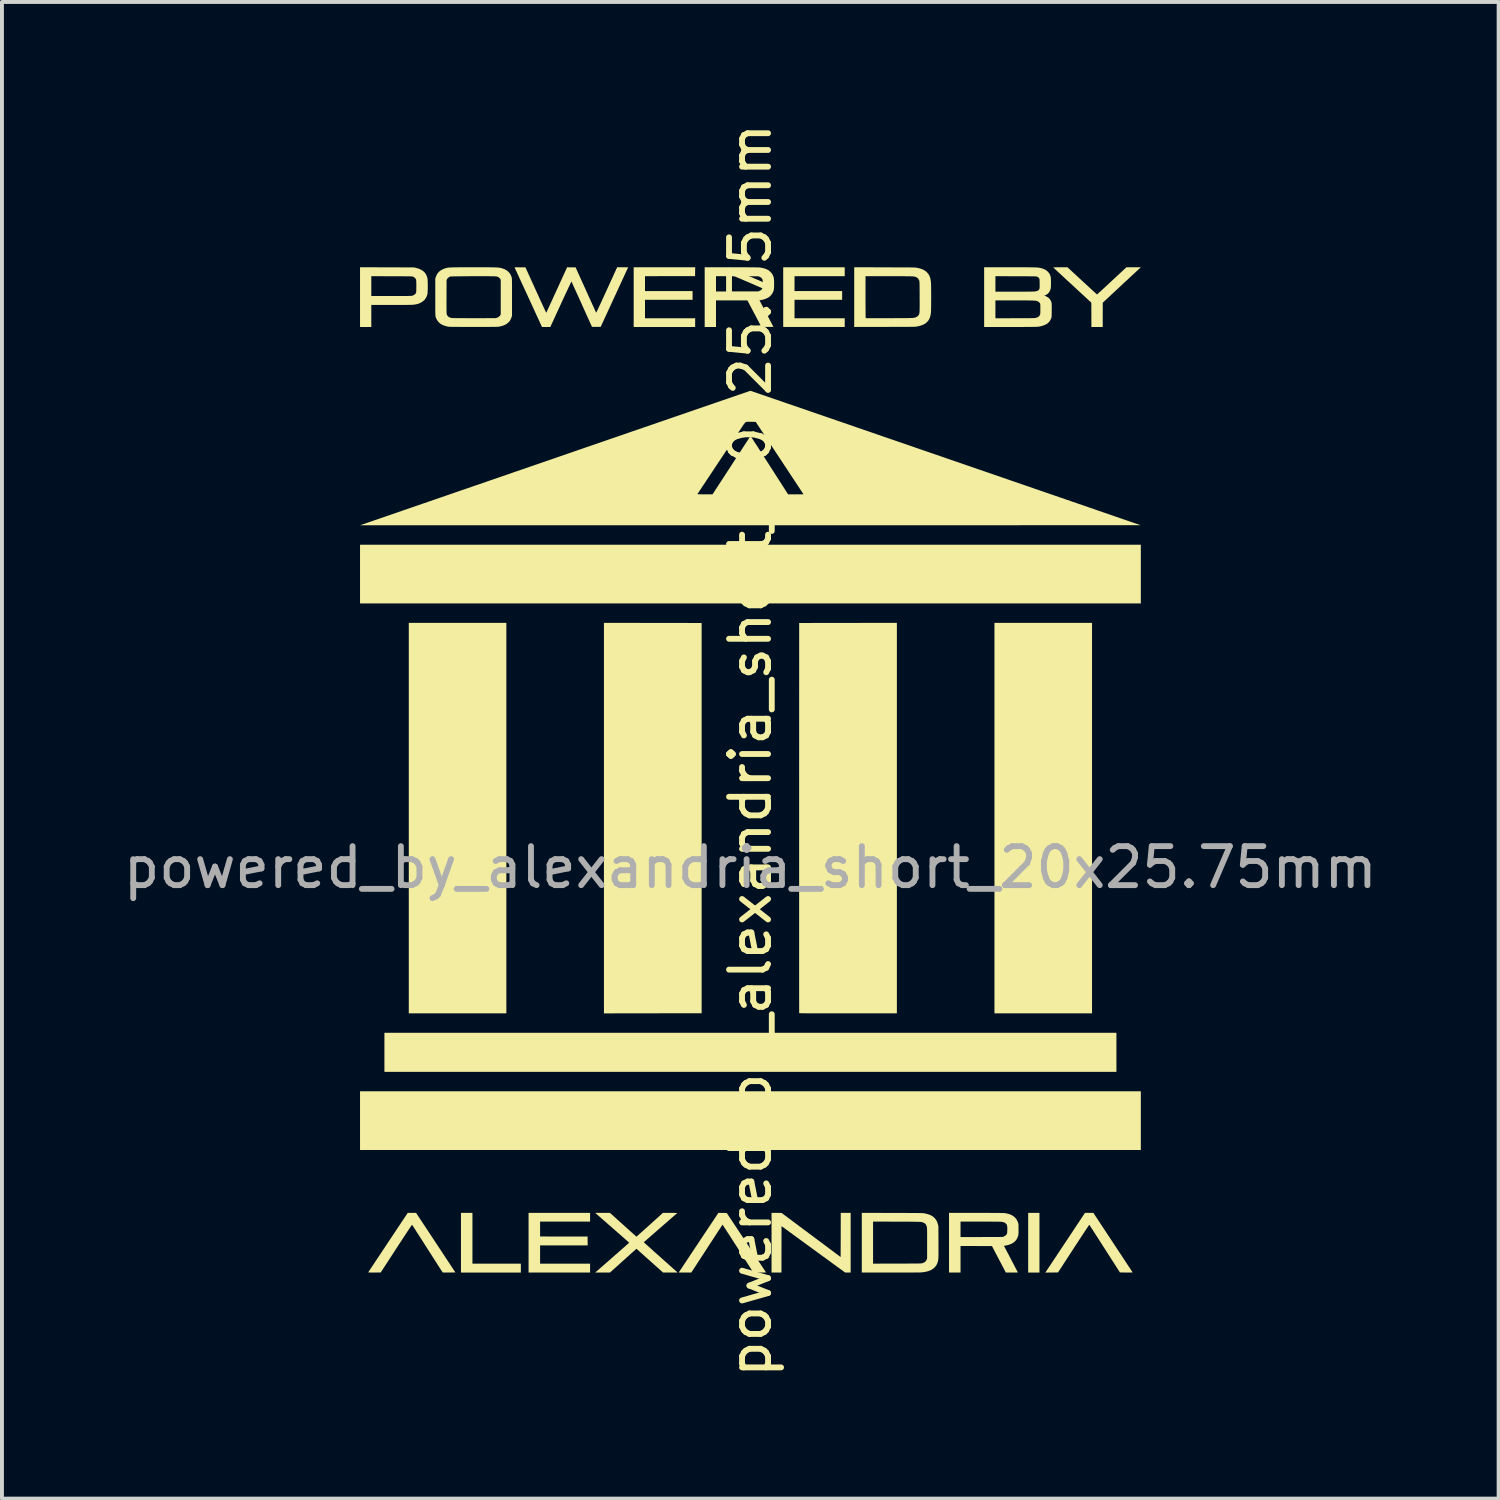
<source format=kicad_pcb>
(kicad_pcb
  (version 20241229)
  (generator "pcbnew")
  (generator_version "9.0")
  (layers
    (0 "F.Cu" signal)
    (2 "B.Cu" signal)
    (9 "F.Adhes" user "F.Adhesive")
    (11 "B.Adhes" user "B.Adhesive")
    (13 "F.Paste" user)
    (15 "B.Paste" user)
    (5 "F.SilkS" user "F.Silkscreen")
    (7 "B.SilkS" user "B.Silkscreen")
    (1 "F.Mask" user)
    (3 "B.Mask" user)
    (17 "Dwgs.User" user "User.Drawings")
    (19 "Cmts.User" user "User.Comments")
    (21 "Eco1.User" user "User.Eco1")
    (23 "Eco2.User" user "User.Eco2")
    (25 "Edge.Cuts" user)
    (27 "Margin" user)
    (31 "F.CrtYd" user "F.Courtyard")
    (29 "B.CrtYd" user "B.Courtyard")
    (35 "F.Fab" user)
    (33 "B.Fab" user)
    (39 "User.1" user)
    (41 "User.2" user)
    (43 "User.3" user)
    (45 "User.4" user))
  (footprint "powered_by_alexandria_short_20x25.75mm"
    (layer "F.Cu")
    (at 16.173 16.673)
    (property "Reference" "powered_by_alexandria_short_20x25.75mm" (at 0 -0.5 90) (unlocked yes) (layer "F.SilkS") (effects (font (size 1 1) (thickness 0.15))))
    (fp_poly (pts (xy -6.25 6.239) (xy -8.75 6.239) (xy -8.75 -3.765) (xy -6.25 -3.765)) (stroke (width 0) (type solid)) (fill yes) (layer "F.SilkS"))
    (fp_poly (pts (xy 7.408 12.88) (xy 7.119 12.88) (xy 7.119 11.351) (xy 7.408 11.351)) (stroke (width 0) (type solid)) (fill yes) (layer "F.SilkS"))
    (fp_poly (pts (xy 8.755 6.239) (xy 6.255 6.239) (xy 6.255 -3.765) (xy 8.755 -3.765)) (stroke (width 0) (type solid)) (fill yes) (layer "F.SilkS"))
    (fp_poly (pts (xy 9.38 7.738) (xy -9.374 7.738) (xy -9.374 6.737) (xy 9.38 6.737)) (stroke (width 0) (type solid)) (fill yes) (layer "F.SilkS"))
    (fp_poly (pts (xy 10.005 -4.263) (xy -9.999 -4.263) (xy -9.999 -5.767) (xy 10.005 -5.767)) (stroke (width 0) (type solid)) (fill yes) (layer "F.SilkS"))
    (fp_poly (pts (xy 10.005 9.74) (xy -9.999 9.74) (xy -9.999 8.236) (xy 10.005 8.236)) (stroke (width 0) (type solid)) (fill yes) (layer "F.SilkS"))
    (fp_poly (pts (xy -7.119 12.652) (xy -5.879 12.652) (xy -5.879 12.88) (xy -7.413 12.88) (xy -7.413 11.351) (xy -7.119 11.351)) (stroke (width 0) (type solid)) (fill yes) (layer "F.SilkS"))
    (fp_poly (pts (xy -2.499 -3.764) (xy -1.247 -3.762) (xy -1.247 6.237) (xy -2.499 6.238) (xy -3.75 6.24) (xy -3.75 -3.765)) (stroke (width 0) (type solid)) (fill yes) (layer "F.SilkS"))
    (fp_poly (pts (xy 2.419 -12.647) (xy 1.133 -12.647) (xy 1.133 -12.266) (xy 2.353 -12.266) (xy 2.353 -12.042) (xy 1.133 -12.042) (xy 1.133 -11.569) (xy 2.419 -11.569) (xy 2.419 -11.346) (xy 0.843 -11.346) (xy 0.843 -12.875) (xy 2.419 -12.875)) (stroke (width 0) (type solid)) (fill yes) (layer "F.SilkS"))
    (fp_poly (pts (xy -4.105 11.575) (xy -5.386 11.575) (xy -5.386 11.956) (xy -4.777 11.957) (xy -4.169 11.958) (xy -4.168 12.071) (xy -4.166 12.184) (xy -5.386 12.184) (xy -5.386 12.652) (xy -4.105 12.652) (xy -4.105 12.88) (xy -5.681 12.88) (xy -5.681 11.351) (xy -4.105 11.351)) (stroke (width 0) (type solid)) (fill yes) (layer "F.SilkS"))
    (fp_poly (pts (xy -1.414 -12.762) (xy -1.415 -12.649) (xy -2.057 -12.648) (xy -2.698 -12.647) (xy -2.698 -12.266) (xy -1.479 -12.266) (xy -1.479 -12.042) (xy -2.698 -12.042) (xy -2.698 -11.569) (xy -1.413 -11.569) (xy -1.413 -11.346) (xy -2.988 -11.346) (xy -2.988 -12.875) (xy -1.412 -12.875)) (stroke (width 0) (type solid)) (fill yes) (layer "F.SilkS"))
    (fp_poly (pts (xy 2.571 12.88) (xy 2.43 12.88) (xy 1.615 12.286) (xy 0.8 11.691) (xy 0.799 12.286) (xy 0.798 12.88) (xy 0.544 12.88) (xy 0.544 11.351) (xy 0.672 11.351) (xy 0.8 11.352) (xy 1.557 11.917) (xy 2.314 12.482) (xy 2.316 11.916) (xy 2.317 11.351) (xy 2.571 11.351)) (stroke (width 0) (type solid)) (fill yes) (layer "F.SilkS"))
    (fp_poly (pts (xy 3.755 6.239) (xy 2.505 6.239) (xy 2.367 6.239) (xy 2.239 6.239) (xy 2.121 6.239) (xy 2.011 6.239) (xy 1.911 6.239) (xy 1.819 6.239) (xy 1.736 6.239) (xy 1.66 6.239) (xy 1.592 6.239) (xy 1.531 6.238) (xy 1.477 6.238) (xy 1.43 6.238) (xy 1.389 6.237) (xy 1.355 6.237) (xy 1.326 6.237) (xy 1.302 6.236) (xy 1.283 6.236) (xy 1.269 6.235) (xy 1.259 6.234) (xy 1.254 6.234) (xy 1.252 6.233) (xy 1.252 6.228) (xy 1.252 6.213) (xy 1.252 6.188) (xy 1.252 6.153) (xy 1.252 6.109) (xy 1.252 6.056) (xy 1.252 5.995) (xy 1.252 5.924) (xy 1.251 5.845) (xy 1.251 5.758) (xy 1.251 5.663) (xy 1.251 5.561) (xy 1.251 5.45) (xy 1.251 5.333) (xy 1.251 5.208) (xy 1.251 5.076) (xy 1.251 4.938) (xy 1.251 4.793) (xy 1.251 4.642) (xy 1.251 4.485) (xy 1.251 4.322) (xy 1.251 4.153) (xy 1.251 3.979) (xy 1.251 3.8) (xy 1.251 3.616) (xy 1.251 3.428) (xy 1.251 3.234) (xy 1.251 3.037) (xy 1.251 2.835) (xy 1.251 2.63) (xy 1.251 2.42) (xy 1.251 2.208) (xy 1.251 1.992) (xy 1.251 1.773) (xy 1.251 1.552) (xy 1.251 1.328) (xy 1.251 1.232) (xy 1.252 -3.762) (xy 2.504 -3.764) (xy 3.755 -3.765)) (stroke (width 0) (type solid)) (fill yes) (layer "F.SilkS"))
    (fp_poly (pts (xy 8.503 -12.527) (xy 8.555 -12.479) (xy 8.606 -12.433) (xy 8.653 -12.389) (xy 8.698 -12.348) (xy 8.739 -12.31) (xy 8.776 -12.276) (xy 8.808 -12.247) (xy 8.835 -12.222) (xy 8.857 -12.202) (xy 8.872 -12.188) (xy 8.881 -12.181) (xy 8.883 -12.179) (xy 8.887 -12.183) (xy 8.898 -12.192) (xy 8.915 -12.208) (xy 8.939 -12.23) (xy 8.968 -12.256) (xy 9.002 -12.287) (xy 9.04 -12.322) (xy 9.082 -12.361) (xy 9.128 -12.403) (xy 9.176 -12.448) (xy 9.227 -12.495) (xy 9.261 -12.527) (xy 9.636 -12.875) (xy 9.821 -12.875) (xy 10.006 -12.875) (xy 9.982 -12.854) (xy 9.975 -12.848) (xy 9.962 -12.835) (xy 9.942 -12.816) (xy 9.915 -12.792) (xy 9.884 -12.763) (xy 9.847 -12.728) (xy 9.806 -12.69) (xy 9.76 -12.648) (xy 9.711 -12.602) (xy 9.659 -12.554) (xy 9.604 -12.503) (xy 9.547 -12.45) (xy 9.494 -12.4) (xy 9.03 -11.968) (xy 9.029 -11.657) (xy 9.029 -11.346) (xy 8.739 -11.346) (xy 8.737 -11.968) (xy 8.251 -12.418) (xy 8.191 -12.473) (xy 8.133 -12.526) (xy 8.078 -12.577) (xy 8.026 -12.626) (xy 7.977 -12.671) (xy 7.932 -12.713) (xy 7.891 -12.75) (xy 7.855 -12.784) (xy 7.824 -12.812) (xy 7.799 -12.836) (xy 7.78 -12.854) (xy 7.767 -12.866) (xy 7.761 -12.871) (xy 7.761 -12.871) (xy 7.765 -12.872) (xy 7.778 -12.873) (xy 7.799 -12.874) (xy 7.827 -12.874) (xy 7.861 -12.875) (xy 7.899 -12.875) (xy 7.941 -12.875) (xy 8.127 -12.875)) (stroke (width 0) (type solid)) (fill yes) (layer "F.SilkS"))
    (fp_poly (pts (xy 9.291 12.111) (xy 9.344 12.191) (xy 9.395 12.269) (xy 9.444 12.343) (xy 9.492 12.415) (xy 9.536 12.483) (xy 9.579 12.547) (xy 9.618 12.607) (xy 9.654 12.662) (xy 9.687 12.711) (xy 9.716 12.755) (xy 9.741 12.793) (xy 9.761 12.824) (xy 9.777 12.849) (xy 9.789 12.866) (xy 9.794 12.875) (xy 9.795 12.876) (xy 9.791 12.877) (xy 9.777 12.878) (xy 9.756 12.879) (xy 9.728 12.879) (xy 9.695 12.879) (xy 9.658 12.879) (xy 9.633 12.879) (xy 9.47 12.878) (xy 9.08 12.269) (xy 9.034 12.198) (xy 8.99 12.128) (xy 8.947 12.062) (xy 8.907 11.999) (xy 8.869 11.94) (xy 8.833 11.885) (xy 8.801 11.834) (xy 8.772 11.789) (xy 8.746 11.75) (xy 8.725 11.717) (xy 8.708 11.69) (xy 8.696 11.671) (xy 8.688 11.659) (xy 8.686 11.656) (xy 8.682 11.66) (xy 8.674 11.671) (xy 8.66 11.691) (xy 8.642 11.718) (xy 8.619 11.752) (xy 8.591 11.793) (xy 8.56 11.84) (xy 8.525 11.894) (xy 8.486 11.952) (xy 8.444 12.017) (xy 8.399 12.086) (xy 8.351 12.159) (xy 8.3 12.237) (xy 8.282 12.265) (xy 7.883 12.878) (xy 7.721 12.879) (xy 7.559 12.881) (xy 7.568 12.866) (xy 7.572 12.861) (xy 7.581 12.847) (xy 7.595 12.826) (xy 7.614 12.797) (xy 7.637 12.762) (xy 7.665 12.721) (xy 7.696 12.674) (xy 7.731 12.621) (xy 7.769 12.563) (xy 7.811 12.501) (xy 7.855 12.435) (xy 7.901 12.365) (xy 7.95 12.291) (xy 8 12.215) (xy 8.052 12.137) (xy 8.076 12.102) (xy 8.574 11.351) (xy 8.681 11.351) (xy 8.789 11.351)) (stroke (width 0) (type solid)) (fill yes) (layer "F.SilkS"))
    (fp_poly (pts (xy -8.059 12.114) (xy -7.555 12.878) (xy -7.716 12.879) (xy -7.763 12.879) (xy -7.801 12.88) (xy -7.831 12.879) (xy -7.853 12.879) (xy -7.869 12.878) (xy -7.878 12.876) (xy -7.883 12.874) (xy -7.884 12.874) (xy -7.887 12.869) (xy -7.895 12.856) (xy -7.909 12.835) (xy -7.927 12.808) (xy -7.949 12.773) (xy -7.975 12.733) (xy -8.005 12.687) (xy -8.037 12.636) (xy -8.073 12.58) (xy -8.112 12.52) (xy -8.152 12.456) (xy -8.195 12.389) (xy -8.24 12.32) (xy -8.274 12.266) (xy -8.32 12.194) (xy -8.364 12.125) (xy -8.406 12.059) (xy -8.446 11.997) (xy -8.484 11.938) (xy -8.519 11.883) (xy -8.552 11.833) (xy -8.58 11.788) (xy -8.605 11.749) (xy -8.626 11.716) (xy -8.643 11.69) (xy -8.656 11.672) (xy -8.663 11.66) (xy -8.665 11.657) (xy -8.667 11.659) (xy -8.672 11.664) (xy -8.68 11.674) (xy -8.691 11.689) (xy -8.705 11.71) (xy -8.723 11.736) (xy -8.744 11.768) (xy -8.769 11.806) (xy -8.799 11.85) (xy -8.833 11.902) (xy -8.871 11.96) (xy -8.914 12.026) (xy -8.962 12.099) (xy -9.015 12.18) (xy -9.07 12.265) (xy -9.469 12.878) (xy -9.63 12.879) (xy -9.67 12.879) (xy -9.705 12.879) (xy -9.736 12.879) (xy -9.761 12.878) (xy -9.779 12.878) (xy -9.789 12.877) (xy -9.79 12.876) (xy -9.787 12.872) (xy -9.779 12.859) (xy -9.766 12.839) (xy -9.748 12.811) (xy -9.725 12.777) (xy -9.698 12.736) (xy -9.667 12.69) (xy -9.633 12.638) (xy -9.595 12.581) (xy -9.554 12.519) (xy -9.51 12.454) (xy -9.464 12.384) (xy -9.416 12.311) (xy -9.365 12.235) (xy -9.313 12.157) (xy -9.283 12.111) (xy -8.777 11.351) (xy -8.67 11.351) (xy -8.563 11.351)) (stroke (width 0) (type solid)) (fill yes) (layer "F.SilkS"))
    (fp_poly (pts (xy -0.711 11.352) (xy -0.603 11.354) (xy -0.101 12.113) (xy -0.048 12.193) (xy 0.003 12.27) (xy 0.052 12.345) (xy 0.099 12.416) (xy 0.144 12.484) (xy 0.186 12.548) (xy 0.225 12.608) (xy 0.261 12.663) (xy 0.294 12.712) (xy 0.323 12.756) (xy 0.348 12.794) (xy 0.368 12.825) (xy 0.384 12.849) (xy 0.395 12.866) (xy 0.4 12.875) (xy 0.401 12.877) (xy 0.396 12.877) (xy 0.383 12.878) (xy 0.361 12.879) (xy 0.333 12.88) (xy 0.3 12.88) (xy 0.262 12.88) (xy 0.24 12.88) (xy 0.078 12.88) (xy -0.315 12.266) (xy -0.361 12.194) (xy -0.406 12.125) (xy -0.449 12.058) (xy -0.489 11.995) (xy -0.527 11.936) (xy -0.563 11.881) (xy -0.595 11.831) (xy -0.624 11.786) (xy -0.65 11.747) (xy -0.671 11.714) (xy -0.689 11.687) (xy -0.701 11.668) (xy -0.709 11.657) (xy -0.712 11.654) (xy -0.715 11.658) (xy -0.723 11.67) (xy -0.736 11.69) (xy -0.754 11.717) (xy -0.776 11.751) (xy -0.802 11.791) (xy -0.832 11.836) (xy -0.865 11.887) (xy -0.901 11.942) (xy -0.94 12.002) (xy -0.981 12.065) (xy -1.025 12.132) (xy -1.07 12.201) (xy -1.113 12.268) (xy -1.512 12.88) (xy -1.673 12.88) (xy -1.72 12.88) (xy -1.756 12.88) (xy -1.785 12.88) (xy -1.806 12.879) (xy -1.82 12.878) (xy -1.828 12.877) (xy -1.831 12.875) (xy -1.831 12.874) (xy -1.828 12.869) (xy -1.819 12.856) (xy -1.806 12.836) (xy -1.787 12.808) (xy -1.764 12.774) (xy -1.737 12.733) (xy -1.706 12.686) (xy -1.672 12.634) (xy -1.634 12.577) (xy -1.593 12.516) (xy -1.549 12.45) (xy -1.503 12.38) (xy -1.454 12.307) (xy -1.404 12.231) (xy -1.351 12.153) (xy -1.323 12.109) (xy -0.818 11.351)) (stroke (width 0) (type solid)) (fill yes) (layer "F.SilkS"))
    (fp_poly (pts (xy -0.372 -12.875) (xy -0.266 -12.875) (xy -0.171 -12.875) (xy -0.084 -12.875) (xy -0.008 -12.874) (xy 0.058 -12.874) (xy 0.115 -12.873) (xy 0.161 -12.873) (xy 0.197 -12.872) (xy 0.224 -12.871) (xy 0.24 -12.87) (xy 0.242 -12.87) (xy 0.303 -12.86) (xy 0.36 -12.846) (xy 0.412 -12.828) (xy 0.432 -12.818) (xy 0.472 -12.795) (xy 0.509 -12.764) (xy 0.542 -12.729) (xy 0.568 -12.692) (xy 0.575 -12.677) (xy 0.586 -12.654) (xy 0.594 -12.632) (xy 0.6 -12.609) (xy 0.604 -12.585) (xy 0.607 -12.556) (xy 0.609 -12.522) (xy 0.61 -12.48) (xy 0.61 -12.451) (xy 0.609 -12.404) (xy 0.608 -12.365) (xy 0.606 -12.333) (xy 0.603 -12.306) (xy 0.598 -12.283) (xy 0.591 -12.261) (xy 0.582 -12.239) (xy 0.576 -12.227) (xy 0.55 -12.183) (xy 0.517 -12.144) (xy 0.477 -12.11) (xy 0.429 -12.083) (xy 0.372 -12.06) (xy 0.308 -12.042) (xy 0.261 -12.034) (xy 0.235 -12.029) (xy 0.414 -11.689) (xy 0.593 -11.348) (xy 0.44 -11.347) (xy 0.396 -11.347) (xy 0.361 -11.347) (xy 0.334 -11.347) (xy 0.313 -11.347) (xy 0.299 -11.348) (xy 0.29 -11.349) (xy 0.284 -11.351) (xy 0.282 -11.353) (xy 0.281 -11.353) (xy 0.278 -11.359) (xy 0.271 -11.373) (xy 0.259 -11.394) (xy 0.244 -11.423) (xy 0.226 -11.457) (xy 0.205 -11.497) (xy 0.181 -11.541) (xy 0.156 -11.59) (xy 0.129 -11.642) (xy 0.101 -11.694) (xy -0.074 -12.027) (xy -0.476 -12.027) (xy -0.879 -12.027) (xy -0.879 -11.346) (xy -1.169 -11.346) (xy -1.169 -12.255) (xy -0.879 -12.255) (xy -0.337 -12.257) (xy 0.206 -12.258) (xy 0.233 -12.269) (xy 0.265 -12.285) (xy 0.288 -12.304) (xy 0.305 -12.328) (xy 0.308 -12.334) (xy 0.312 -12.344) (xy 0.316 -12.353) (xy 0.318 -12.365) (xy 0.319 -12.379) (xy 0.32 -12.399) (xy 0.32 -12.426) (xy 0.32 -12.448) (xy 0.32 -12.482) (xy 0.319 -12.512) (xy 0.317 -12.536) (xy 0.315 -12.552) (xy 0.314 -12.556) (xy 0.301 -12.583) (xy 0.279 -12.607) (xy 0.25 -12.626) (xy 0.243 -12.629) (xy 0.211 -12.644) (xy -0.879 -12.647) (xy -0.879 -12.255) (xy -1.169 -12.255) (xy -1.169 -12.875) (xy -0.488 -12.875)) (stroke (width 0) (type solid)) (fill yes) (layer "F.SilkS"))
    (fp_poly (pts (xy -9.31 -12.874) (xy -8.62 -12.872) (xy -8.569 -12.861) (xy -8.503 -12.842) (xy -8.445 -12.818) (xy -8.395 -12.788) (xy -8.353 -12.753) (xy -8.32 -12.711) (xy -8.294 -12.664) (xy -8.276 -12.61) (xy -8.274 -12.602) (xy -8.271 -12.583) (xy -8.268 -12.556) (xy -8.266 -12.522) (xy -8.265 -12.483) (xy -8.264 -12.44) (xy -8.263 -12.395) (xy -8.264 -12.351) (xy -8.264 -12.308) (xy -8.266 -12.268) (xy -8.268 -12.233) (xy -8.27 -12.205) (xy -8.273 -12.185) (xy -8.273 -12.184) (xy -8.291 -12.13) (xy -8.316 -12.081) (xy -8.35 -12.037) (xy -8.392 -12) (xy -8.441 -11.969) (xy -8.497 -11.944) (xy -8.526 -11.935) (xy -8.541 -11.932) (xy -8.555 -11.928) (xy -8.569 -11.925) (xy -8.584 -11.922) (xy -8.601 -11.92) (xy -8.62 -11.918) (xy -8.641 -11.916) (xy -8.665 -11.914) (xy -8.694 -11.913) (xy -8.727 -11.912) (xy -8.766 -11.912) (xy -8.81 -11.911) (xy -8.862 -11.911) (xy -8.92 -11.91) (xy -8.986 -11.91) (xy -9.061 -11.91) (xy -9.145 -11.91) (xy -9.194 -11.91) (xy -9.71 -11.91) (xy -9.71 -11.346) (xy -9.999 -11.346) (xy -9.999 -12.139) (xy -9.71 -12.139) (xy -9.205 -12.139) (xy -9.111 -12.139) (xy -9.027 -12.139) (xy -8.952 -12.139) (xy -8.887 -12.139) (xy -8.831 -12.14) (xy -8.784 -12.14) (xy -8.746 -12.141) (xy -8.715 -12.142) (xy -8.693 -12.142) (xy -8.678 -12.143) (xy -8.672 -12.144) (xy -8.635 -12.156) (xy -8.604 -12.174) (xy -8.58 -12.196) (xy -8.564 -12.223) (xy -8.562 -12.23) (xy -8.56 -12.241) (xy -8.559 -12.26) (xy -8.558 -12.287) (xy -8.557 -12.319) (xy -8.557 -12.354) (xy -8.556 -12.391) (xy -8.556 -12.428) (xy -8.557 -12.463) (xy -8.558 -12.496) (xy -8.559 -12.523) (xy -8.56 -12.544) (xy -8.562 -12.557) (xy -8.562 -12.558) (xy -8.571 -12.577) (xy -8.588 -12.597) (xy -8.608 -12.616) (xy -8.631 -12.63) (xy -8.641 -12.634) (xy -8.645 -12.636) (xy -8.65 -12.637) (xy -8.656 -12.639) (xy -8.664 -12.64) (xy -8.675 -12.641) (xy -8.688 -12.641) (xy -8.706 -12.642) (xy -8.727 -12.643) (xy -8.753 -12.643) (xy -8.785 -12.644) (xy -8.823 -12.644) (xy -8.868 -12.644) (xy -8.92 -12.645) (xy -8.979 -12.645) (xy -9.048 -12.645) (xy -9.125 -12.645) (xy -9.188 -12.645) (xy -9.71 -12.647) (xy -9.71 -12.139) (xy -9.999 -12.139) (xy -9.999 -12.876)) (stroke (width 0) (type solid)) (fill yes) (layer "F.SilkS"))
    (fp_poly (pts (xy 5.892 11.351) (xy 5.994 11.351) (xy 6.087 11.351) (xy 6.172 11.352) (xy 6.248 11.352) (xy 6.314 11.352) (xy 6.372 11.353) (xy 6.42 11.354) (xy 6.459 11.354) (xy 6.488 11.355) (xy 6.507 11.356) (xy 6.514 11.356) (xy 6.585 11.369) (xy 6.649 11.388) (xy 6.705 11.413) (xy 6.753 11.445) (xy 6.793 11.483) (xy 6.826 11.528) (xy 6.851 11.579) (xy 6.858 11.597) (xy 6.862 11.61) (xy 6.865 11.621) (xy 6.868 11.632) (xy 6.87 11.645) (xy 6.871 11.661) (xy 6.871 11.682) (xy 6.872 11.708) (xy 6.872 11.743) (xy 6.872 11.77) (xy 6.872 11.813) (xy 6.872 11.846) (xy 6.871 11.873) (xy 6.87 11.893) (xy 6.868 11.91) (xy 6.866 11.923) (xy 6.863 11.935) (xy 6.863 11.935) (xy 6.844 11.99) (xy 6.817 12.038) (xy 6.782 12.079) (xy 6.739 12.115) (xy 6.689 12.144) (xy 6.63 12.167) (xy 6.563 12.184) (xy 6.536 12.189) (xy 6.499 12.195) (xy 6.512 12.222) (xy 6.517 12.23) (xy 6.526 12.248) (xy 6.538 12.272) (xy 6.555 12.303) (xy 6.574 12.34) (xy 6.596 12.381) (xy 6.62 12.427) (xy 6.645 12.476) (xy 6.673 12.528) (xy 6.687 12.556) (xy 6.715 12.608) (xy 6.741 12.658) (xy 6.765 12.704) (xy 6.787 12.746) (xy 6.806 12.784) (xy 6.823 12.815) (xy 6.836 12.841) (xy 6.846 12.859) (xy 6.851 12.87) (xy 6.852 12.873) (xy 6.852 12.875) (xy 6.85 12.877) (xy 6.843 12.878) (xy 6.832 12.879) (xy 6.815 12.88) (xy 6.791 12.88) (xy 6.76 12.88) (xy 6.72 12.88) (xy 6.701 12.88) (xy 6.547 12.88) (xy 6.369 12.541) (xy 6.191 12.202) (xy 5.386 12.199) (xy 5.386 12.88) (xy 5.091 12.88) (xy 5.091 11.971) (xy 5.386 11.971) (xy 5.926 11.97) (xy 6.466 11.968) (xy 6.495 11.956) (xy 6.53 11.938) (xy 6.557 11.914) (xy 6.571 11.893) (xy 6.575 11.883) (xy 6.578 11.873) (xy 6.581 11.86) (xy 6.582 11.842) (xy 6.583 11.818) (xy 6.584 11.791) (xy 6.585 11.753) (xy 6.584 11.72) (xy 6.582 11.696) (xy 6.58 11.683) (xy 6.569 11.651) (xy 6.549 11.625) (xy 6.522 11.605) (xy 6.487 11.59) (xy 6.443 11.581) (xy 6.435 11.58) (xy 6.422 11.579) (xy 6.399 11.578) (xy 6.367 11.577) (xy 6.326 11.577) (xy 6.277 11.576) (xy 6.22 11.576) (xy 6.155 11.575) (xy 6.084 11.575) (xy 6.005 11.575) (xy 5.921 11.575) (xy 5.888 11.575) (xy 5.386 11.575) (xy 5.386 11.971) (xy 5.091 11.971) (xy 5.091 11.351) (xy 5.781 11.351)) (stroke (width 0) (type solid)) (fill yes) (layer "F.SilkS"))
    (fp_poly (pts (xy 3.637 11.352) (xy 3.742 11.353) (xy 3.837 11.353) (xy 3.923 11.353) (xy 4 11.353) (xy 4.07 11.354) (xy 4.131 11.354) (xy 4.186 11.354) (xy 4.233 11.355) (xy 4.275 11.355) (xy 4.311 11.355) (xy 4.341 11.356) (xy 4.367 11.356) (xy 4.389 11.357) (xy 4.407 11.358) (xy 4.422 11.358) (xy 4.434 11.359) (xy 4.443 11.36) (xy 4.451 11.361) (xy 4.458 11.362) (xy 4.461 11.363) (xy 4.508 11.373) (xy 4.547 11.384) (xy 4.582 11.395) (xy 4.615 11.409) (xy 4.628 11.415) (xy 4.655 11.429) (xy 4.676 11.443) (xy 4.697 11.46) (xy 4.715 11.477) (xy 4.745 11.511) (xy 4.769 11.547) (xy 4.788 11.587) (xy 4.804 11.634) (xy 4.806 11.639) (xy 4.819 11.689) (xy 4.821 12.095) (xy 4.821 12.171) (xy 4.821 12.236) (xy 4.821 12.293) (xy 4.821 12.342) (xy 4.821 12.384) (xy 4.821 12.42) (xy 4.821 12.449) (xy 4.82 12.474) (xy 4.819 12.494) (xy 4.819 12.511) (xy 4.817 12.525) (xy 4.816 12.537) (xy 4.815 12.548) (xy 4.814 12.553) (xy 4.803 12.606) (xy 4.787 12.652) (xy 4.767 12.692) (xy 4.741 12.728) (xy 4.713 12.758) (xy 4.674 12.789) (xy 4.629 12.816) (xy 4.577 12.838) (xy 4.518 12.855) (xy 4.451 12.868) (xy 4.391 12.875) (xy 4.378 12.876) (xy 4.355 12.877) (xy 4.323 12.877) (xy 4.281 12.878) (xy 4.231 12.878) (xy 4.172 12.879) (xy 4.105 12.879) (xy 4.03 12.88) (xy 3.947 12.88) (xy 3.856 12.88) (xy 3.759 12.88) (xy 3.655 12.88) (xy 3.597 12.88) (xy 2.856 12.88) (xy 2.856 12.652) (xy 3.145 12.652) (xy 3.761 12.65) (xy 3.854 12.65) (xy 3.936 12.65) (xy 4.01 12.65) (xy 4.075 12.649) (xy 4.133 12.649) (xy 4.182 12.649) (xy 4.226 12.649) (xy 4.262 12.648) (xy 4.293 12.648) (xy 4.319 12.647) (xy 4.341 12.647) (xy 4.358 12.646) (xy 4.372 12.645) (xy 4.383 12.644) (xy 4.392 12.643) (xy 4.399 12.642) (xy 4.404 12.641) (xy 4.408 12.64) (xy 4.445 12.626) (xy 4.473 12.609) (xy 4.495 12.588) (xy 4.512 12.56) (xy 4.518 12.546) (xy 4.53 12.517) (xy 4.53 12.123) (xy 4.53 12.051) (xy 4.53 11.988) (xy 4.53 11.933) (xy 4.53 11.887) (xy 4.529 11.848) (xy 4.529 11.815) (xy 4.529 11.788) (xy 4.528 11.767) (xy 4.527 11.749) (xy 4.526 11.735) (xy 4.525 11.724) (xy 4.524 11.716) (xy 4.523 11.708) (xy 4.521 11.702) (xy 4.519 11.695) (xy 4.518 11.694) (xy 4.505 11.662) (xy 4.488 11.636) (xy 4.464 11.616) (xy 4.433 11.6) (xy 4.394 11.588) (xy 4.387 11.586) (xy 4.381 11.585) (xy 4.374 11.584) (xy 4.365 11.583) (xy 4.353 11.582) (xy 4.338 11.581) (xy 4.32 11.58) (xy 4.298 11.58) (xy 4.271 11.579) (xy 4.239 11.579) (xy 4.201 11.578) (xy 4.157 11.578) (xy 4.106 11.577) (xy 4.047 11.577) (xy 3.98 11.577) (xy 3.905 11.576) (xy 3.821 11.576) (xy 3.749 11.576) (xy 3.145 11.574) (xy 3.145 12.652) (xy 2.856 12.652) (xy 2.856 11.351)) (stroke (width 0) (type solid)) (fill yes) (layer "F.SilkS"))
    (fp_poly (pts (xy -4.584 -12.874) (xy -4.476 -12.873) (xy -4.214 -12.294) (xy -4.181 -12.221) (xy -4.15 -12.151) (xy -4.119 -12.084) (xy -4.091 -12.021) (xy -4.064 -11.962) (xy -4.04 -11.908) (xy -4.017 -11.859) (xy -3.998 -11.817) (xy -3.981 -11.78) (xy -3.968 -11.751) (xy -3.958 -11.729) (xy -3.951 -11.716) (xy -3.949 -11.711) (xy -3.946 -11.715) (xy -3.94 -11.728) (xy -3.93 -11.749) (xy -3.916 -11.777) (xy -3.899 -11.813) (xy -3.88 -11.855) (xy -3.857 -11.903) (xy -3.832 -11.957) (xy -3.805 -12.015) (xy -3.777 -12.078) (xy -3.746 -12.144) (xy -3.714 -12.214) (xy -3.681 -12.286) (xy -3.679 -12.291) (xy -3.412 -12.875) (xy -3.271 -12.875) (xy -3.234 -12.875) (xy -3.201 -12.875) (xy -3.173 -12.875) (xy -3.151 -12.875) (xy -3.136 -12.874) (xy -3.13 -12.874) (xy -3.13 -12.874) (xy -3.132 -12.869) (xy -3.138 -12.856) (xy -3.148 -12.834) (xy -3.162 -12.805) (xy -3.179 -12.768) (xy -3.199 -12.724) (xy -3.222 -12.675) (xy -3.248 -12.619) (xy -3.276 -12.558) (xy -3.306 -12.492) (xy -3.339 -12.421) (xy -3.373 -12.347) (xy -3.409 -12.269) (xy -3.446 -12.188) (xy -3.482 -12.111) (xy -3.834 -11.348) (xy -4.056 -11.348) (xy -4.317 -11.925) (xy -4.349 -11.998) (xy -4.381 -12.067) (xy -4.411 -12.134) (xy -4.44 -12.197) (xy -4.467 -12.256) (xy -4.491 -12.311) (xy -4.513 -12.359) (xy -4.533 -12.402) (xy -4.549 -12.439) (xy -4.563 -12.468) (xy -4.573 -12.49) (xy -4.579 -12.504) (xy -4.581 -12.508) (xy -4.584 -12.505) (xy -4.591 -12.492) (xy -4.602 -12.471) (xy -4.617 -12.44) (xy -4.636 -12.401) (xy -4.659 -12.353) (xy -4.685 -12.296) (xy -4.716 -12.231) (xy -4.75 -12.158) (xy -4.788 -12.076) (xy -4.829 -11.986) (xy -4.855 -11.93) (xy -5.124 -11.346) (xy -5.338 -11.346) (xy -5.685 -12.102) (xy -5.723 -12.185) (xy -5.76 -12.265) (xy -5.796 -12.343) (xy -5.83 -12.417) (xy -5.863 -12.487) (xy -5.893 -12.553) (xy -5.921 -12.614) (xy -5.946 -12.669) (xy -5.969 -12.719) (xy -5.989 -12.763) (xy -6.006 -12.799) (xy -6.02 -12.828) (xy -6.029 -12.849) (xy -6.035 -12.862) (xy -6.037 -12.866) (xy -6.038 -12.869) (xy -6.037 -12.871) (xy -6.033 -12.873) (xy -6.024 -12.874) (xy -6.011 -12.874) (xy -5.991 -12.875) (xy -5.963 -12.875) (xy -5.928 -12.874) (xy -5.901 -12.874) (xy -5.761 -12.873) (xy -5.496 -12.29) (xy -5.463 -12.217) (xy -5.431 -12.147) (xy -5.401 -12.08) (xy -5.372 -12.017) (xy -5.345 -11.959) (xy -5.32 -11.905) (xy -5.298 -11.857) (xy -5.278 -11.814) (xy -5.261 -11.778) (xy -5.248 -11.749) (xy -5.237 -11.728) (xy -5.231 -11.715) (xy -5.228 -11.71) (xy -5.228 -11.71) (xy -5.225 -11.715) (xy -5.219 -11.729) (xy -5.209 -11.751) (xy -5.195 -11.78) (xy -5.178 -11.817) (xy -5.159 -11.859) (xy -5.136 -11.908) (xy -5.112 -11.962) (xy -5.085 -12.02) (xy -5.056 -12.083) (xy -5.026 -12.15) (xy -4.994 -12.219) (xy -4.968 -12.276) (xy -4.935 -12.347) (xy -4.903 -12.417) (xy -4.873 -12.483) (xy -4.844 -12.546) (xy -4.817 -12.605) (xy -4.793 -12.659) (xy -4.77 -12.708) (xy -4.751 -12.75) (xy -4.734 -12.787) (xy -4.72 -12.816) (xy -4.71 -12.838) (xy -4.704 -12.852) (xy -4.702 -12.856) (xy -4.693 -12.875)) (stroke (width 0) (type solid)) (fill yes) (layer "F.SilkS"))
    (fp_poly (pts (xy -2.004 11.351) (xy -1.964 11.351) (xy -1.932 11.352) (xy -1.908 11.352) (xy -1.891 11.353) (xy -1.88 11.354) (xy -1.875 11.355) (xy -1.874 11.357) (xy -1.874 11.357) (xy -1.878 11.361) (xy -1.89 11.372) (xy -1.908 11.388) (xy -1.933 11.409) (xy -1.963 11.436) (xy -1.999 11.467) (xy -2.039 11.502) (xy -2.083 11.54) (xy -2.131 11.582) (xy -2.182 11.627) (xy -2.236 11.673) (xy -2.292 11.722) (xy -2.304 11.732) (xy -2.36 11.781) (xy -2.414 11.828) (xy -2.466 11.873) (xy -2.514 11.915) (xy -2.559 11.954) (xy -2.599 11.99) (xy -2.635 12.021) (xy -2.666 12.048) (xy -2.691 12.07) (xy -2.71 12.087) (xy -2.723 12.098) (xy -2.728 12.103) (xy -2.728 12.104) (xy -2.725 12.107) (xy -2.714 12.117) (xy -2.696 12.133) (xy -2.673 12.155) (xy -2.643 12.181) (xy -2.609 12.212) (xy -2.57 12.247) (xy -2.526 12.286) (xy -2.479 12.329) (xy -2.428 12.374) (xy -2.375 12.422) (xy -2.319 12.471) (xy -2.297 12.491) (xy -2.24 12.542) (xy -2.186 12.59) (xy -2.134 12.636) (xy -2.085 12.68) (xy -2.04 12.72) (xy -1.999 12.757) (xy -1.963 12.789) (xy -1.931 12.818) (xy -1.905 12.841) (xy -1.885 12.859) (xy -1.872 12.871) (xy -1.865 12.877) (xy -1.865 12.878) (xy -1.87 12.879) (xy -1.884 12.879) (xy -1.905 12.88) (xy -1.934 12.88) (xy -1.968 12.88) (xy -2.007 12.88) (xy -2.049 12.88) (xy -2.235 12.88) (xy -2.576 12.575) (xy -2.917 12.27) (xy -3.256 12.575) (xy -3.595 12.88) (xy -3.973 12.88) (xy -3.952 12.861) (xy -3.945 12.855) (xy -3.931 12.843) (xy -3.911 12.825) (xy -3.884 12.802) (xy -3.852 12.773) (xy -3.815 12.741) (xy -3.774 12.705) (xy -3.728 12.665) (xy -3.679 12.622) (xy -3.628 12.577) (xy -3.573 12.529) (xy -3.517 12.48) (xy -3.517 12.48) (xy -3.462 12.431) (xy -3.408 12.385) (xy -3.358 12.34) (xy -3.31 12.298) (xy -3.266 12.26) (xy -3.227 12.225) (xy -3.192 12.194) (xy -3.162 12.168) (xy -3.138 12.146) (xy -3.12 12.13) (xy -3.108 12.12) (xy -3.104 12.115) (xy -3.104 12.115) (xy -3.108 12.112) (xy -3.119 12.102) (xy -3.136 12.086) (xy -3.16 12.065) (xy -3.189 12.039) (xy -3.224 12.008) (xy -3.263 11.973) (xy -3.307 11.935) (xy -3.354 11.893) (xy -3.405 11.849) (xy -3.458 11.802) (xy -3.514 11.754) (xy -3.522 11.746) (xy -3.578 11.697) (xy -3.633 11.65) (xy -3.684 11.604) (xy -3.733 11.561) (xy -3.779 11.522) (xy -3.82 11.485) (xy -3.857 11.453) (xy -3.889 11.425) (xy -3.915 11.402) (xy -3.935 11.384) (xy -3.949 11.372) (xy -3.955 11.366) (xy -3.955 11.366) (xy -3.971 11.351) (xy -3.783 11.351) (xy -3.595 11.351) (xy -3.257 11.656) (xy -3.207 11.701) (xy -3.159 11.744) (xy -3.114 11.784) (xy -3.073 11.822) (xy -3.035 11.856) (xy -3.001 11.886) (xy -2.972 11.911) (xy -2.949 11.932) (xy -2.931 11.948) (xy -2.92 11.957) (xy -2.917 11.96) (xy -2.912 11.957) (xy -2.901 11.947) (xy -2.884 11.932) (xy -2.86 11.911) (xy -2.832 11.885) (xy -2.798 11.855) (xy -2.76 11.821) (xy -2.718 11.783) (xy -2.673 11.743) (xy -2.625 11.7) (xy -2.576 11.656) (xy -2.239 11.351) (xy -2.054 11.351)) (stroke (width 0) (type solid)) (fill yes) (layer "F.SilkS"))
    (fp_poly (pts (xy 3.441 -12.874) (xy 3.545 -12.874) (xy 3.639 -12.873) (xy 3.725 -12.873) (xy 3.801 -12.873) (xy 3.87 -12.873) (xy 3.93 -12.873) (xy 3.984 -12.872) (xy 4.031 -12.872) (xy 4.072 -12.872) (xy 4.108 -12.871) (xy 4.138 -12.871) (xy 4.164 -12.87) (xy 4.185 -12.87) (xy 4.204 -12.869) (xy 4.219 -12.868) (xy 4.231 -12.867) (xy 4.242 -12.867) (xy 4.251 -12.865) (xy 4.259 -12.864) (xy 4.266 -12.863) (xy 4.274 -12.862) (xy 4.276 -12.861) (xy 4.334 -12.848) (xy 4.385 -12.833) (xy 4.428 -12.815) (xy 4.466 -12.794) (xy 4.5 -12.769) (xy 4.525 -12.746) (xy 4.555 -12.712) (xy 4.579 -12.676) (xy 4.598 -12.636) (xy 4.612 -12.591) (xy 4.622 -12.539) (xy 4.629 -12.48) (xy 4.629 -12.476) (xy 4.63 -12.455) (xy 4.631 -12.425) (xy 4.632 -12.386) (xy 4.632 -12.342) (xy 4.633 -12.292) (xy 4.633 -12.238) (xy 4.634 -12.182) (xy 4.634 -12.124) (xy 4.634 -12.065) (xy 4.633 -12.007) (xy 4.633 -11.952) (xy 4.633 -11.899) (xy 4.632 -11.851) (xy 4.631 -11.809) (xy 4.631 -11.773) (xy 4.63 -11.746) (xy 4.629 -11.732) (xy 4.621 -11.665) (xy 4.607 -11.605) (xy 4.586 -11.553) (xy 4.559 -11.507) (xy 4.524 -11.468) (xy 4.482 -11.434) (xy 4.432 -11.406) (xy 4.373 -11.383) (xy 4.306 -11.365) (xy 4.281 -11.36) (xy 4.273 -11.358) (xy 4.266 -11.357) (xy 4.258 -11.356) (xy 4.249 -11.355) (xy 4.239 -11.354) (xy 4.227 -11.353) (xy 4.213 -11.352) (xy 4.195 -11.352) (xy 4.175 -11.351) (xy 4.15 -11.351) (xy 4.121 -11.35) (xy 4.087 -11.35) (xy 4.048 -11.349) (xy 4.002 -11.349) (xy 3.95 -11.349) (xy 3.891 -11.348) (xy 3.825 -11.348) (xy 3.751 -11.348) (xy 3.668 -11.348) (xy 3.576 -11.348) (xy 3.475 -11.347) (xy 3.444 -11.347) (xy 2.662 -11.346) (xy 2.662 -12.111) (xy 2.952 -12.111) (xy 2.952 -12.039) (xy 2.952 -11.969) (xy 2.952 -11.902) (xy 2.953 -11.84) (xy 2.953 -11.782) (xy 2.953 -11.73) (xy 2.954 -11.685) (xy 2.954 -11.646) (xy 2.954 -11.614) (xy 2.955 -11.591) (xy 2.955 -11.577) (xy 2.956 -11.573) (xy 2.961 -11.572) (xy 2.976 -11.572) (xy 3 -11.571) (xy 3.032 -11.571) (xy 3.072 -11.571) (xy 3.119 -11.571) (xy 3.172 -11.57) (xy 3.231 -11.57) (xy 3.295 -11.57) (xy 3.363 -11.57) (xy 3.436 -11.571) (xy 3.511 -11.571) (xy 3.559 -11.571) (xy 3.651 -11.571) (xy 3.734 -11.572) (xy 3.807 -11.572) (xy 3.872 -11.572) (xy 3.929 -11.573) (xy 3.979 -11.573) (xy 4.022 -11.573) (xy 4.059 -11.574) (xy 4.09 -11.575) (xy 4.115 -11.575) (xy 4.137 -11.576) (xy 4.154 -11.577) (xy 4.168 -11.577) (xy 4.179 -11.578) (xy 4.187 -11.58) (xy 4.194 -11.581) (xy 4.195 -11.581) (xy 4.24 -11.594) (xy 4.275 -11.613) (xy 4.303 -11.637) (xy 4.319 -11.661) (xy 4.323 -11.669) (xy 4.326 -11.677) (xy 4.329 -11.686) (xy 4.331 -11.697) (xy 4.333 -11.71) (xy 4.335 -11.727) (xy 4.336 -11.748) (xy 4.337 -11.773) (xy 4.338 -11.803) (xy 4.338 -11.839) (xy 4.339 -11.882) (xy 4.339 -11.933) (xy 4.339 -11.992) (xy 4.338 -12.059) (xy 4.338 -12.126) (xy 4.338 -12.198) (xy 4.338 -12.26) (xy 4.337 -12.314) (xy 4.337 -12.359) (xy 4.337 -12.397) (xy 4.336 -12.429) (xy 4.336 -12.455) (xy 4.335 -12.476) (xy 4.334 -12.492) (xy 4.333 -12.505) (xy 4.332 -12.515) (xy 4.331 -12.523) (xy 4.329 -12.529) (xy 4.328 -12.534) (xy 4.326 -12.539) (xy 4.325 -12.54) (xy 4.307 -12.574) (xy 4.285 -12.6) (xy 4.256 -12.619) (xy 4.248 -12.623) (xy 4.24 -12.626) (xy 4.231 -12.63) (xy 4.222 -12.632) (xy 4.212 -12.635) (xy 4.199 -12.637) (xy 4.185 -12.639) (xy 4.167 -12.641) (xy 4.145 -12.642) (xy 4.119 -12.643) (xy 4.089 -12.644) (xy 4.053 -12.645) (xy 4.011 -12.645) (xy 3.963 -12.646) (xy 3.907 -12.646) (xy 3.844 -12.646) (xy 3.773 -12.646) (xy 3.694 -12.646) (xy 3.605 -12.646) (xy 3.55 -12.646) (xy 2.952 -12.647) (xy 2.952 -12.111) (xy 2.662 -12.111) (xy 2.662 -12.876)) (stroke (width 0) (type solid)) (fill yes) (layer "F.SilkS"))
    (fp_poly (pts (xy -7.086 -12.875) (xy -6.993 -12.875) (xy -6.909 -12.875) (xy -6.834 -12.875) (xy -6.767 -12.875) (xy -6.709 -12.875) (xy -6.657 -12.874) (xy -6.612 -12.874) (xy -6.572 -12.873) (xy -6.538 -12.872) (xy -6.509 -12.871) (xy -6.484 -12.87) (xy -6.463 -12.868) (xy -6.444 -12.866) (xy -6.428 -12.864) (xy -6.413 -12.862) (xy -6.399 -12.859) (xy -6.386 -12.856) (xy -6.373 -12.853) (xy -6.364 -12.85) (xy -6.303 -12.829) (xy -6.25 -12.801) (xy -6.205 -12.766) (xy -6.168 -12.726) (xy -6.138 -12.679) (xy -6.117 -12.626) (xy -6.114 -12.616) (xy -6.112 -12.61) (xy -6.111 -12.603) (xy -6.11 -12.594) (xy -6.109 -12.584) (xy -6.108 -12.57) (xy -6.107 -12.554) (xy -6.107 -12.533) (xy -6.106 -12.507) (xy -6.106 -12.476) (xy -6.105 -12.439) (xy -6.105 -12.395) (xy -6.105 -12.344) (xy -6.105 -12.285) (xy -6.105 -12.218) (xy -6.105 -12.141) (xy -6.105 -12.108) (xy -6.105 -11.633) (xy -6.12 -11.588) (xy -6.138 -11.543) (xy -6.161 -11.504) (xy -6.191 -11.468) (xy -6.206 -11.454) (xy -6.245 -11.423) (xy -6.293 -11.397) (xy -6.348 -11.376) (xy -6.409 -11.36) (xy -6.463 -11.351) (xy -6.474 -11.35) (xy -6.495 -11.35) (xy -6.524 -11.349) (xy -6.561 -11.349) (xy -6.605 -11.348) (xy -6.655 -11.348) (xy -6.71 -11.347) (xy -6.77 -11.347) (xy -6.834 -11.347) (xy -6.9 -11.347) (xy -6.969 -11.347) (xy -7.04 -11.347) (xy -7.11 -11.347) (xy -7.181 -11.347) (xy -7.251 -11.347) (xy -7.318 -11.347) (xy -7.384 -11.347) (xy -7.446 -11.348) (xy -7.503 -11.348) (xy -7.556 -11.348) (xy -7.603 -11.349) (xy -7.643 -11.349) (xy -7.676 -11.35) (xy -7.701 -11.351) (xy -7.716 -11.351) (xy -7.721 -11.352) (xy -7.767 -11.36) (xy -7.815 -11.372) (xy -7.861 -11.388) (xy -7.896 -11.403) (xy -7.943 -11.432) (xy -7.985 -11.469) (xy -8.019 -11.512) (xy -8.046 -11.562) (xy -8.062 -11.605) (xy -8.064 -11.611) (xy -8.065 -11.618) (xy -8.066 -11.626) (xy -8.067 -11.636) (xy -8.068 -11.649) (xy -8.069 -11.665) (xy -8.069 -11.685) (xy -8.07 -11.71) (xy -8.07 -11.74) (xy -8.071 -11.775) (xy -8.071 -11.818) (xy -8.071 -11.867) (xy -8.071 -11.925) (xy -8.071 -11.965) (xy -7.784 -11.965) (xy -7.784 -11.899) (xy -7.783 -11.842) (xy -7.783 -11.794) (xy -7.783 -11.755) (xy -7.782 -11.724) (xy -7.781 -11.701) (xy -7.78 -11.685) (xy -7.779 -11.678) (xy -7.767 -11.646) (xy -7.747 -11.619) (xy -7.719 -11.598) (xy -7.683 -11.583) (xy -7.642 -11.575) (xy -7.631 -11.574) (xy -7.612 -11.574) (xy -7.583 -11.573) (xy -7.547 -11.573) (xy -7.503 -11.572) (xy -7.453 -11.572) (xy -7.397 -11.572) (xy -7.336 -11.572) (xy -7.271 -11.571) (xy -7.201 -11.571) (xy -7.129 -11.571) (xy -7.063 -11.571) (xy -6.521 -11.572) (xy -6.488 -11.583) (xy -6.452 -11.6) (xy -6.424 -11.622) (xy -6.406 -11.647) (xy -6.394 -11.669) (xy -6.394 -12.553) (xy -6.405 -12.573) (xy -6.425 -12.6) (xy -6.451 -12.62) (xy -6.484 -12.635) (xy -6.511 -12.641) (xy -6.522 -12.642) (xy -6.541 -12.643) (xy -6.569 -12.644) (xy -6.604 -12.645) (xy -6.646 -12.645) (xy -6.695 -12.646) (xy -6.748 -12.646) (xy -6.806 -12.646) (xy -6.867 -12.646) (xy -6.931 -12.646) (xy -6.997 -12.646) (xy -7.065 -12.646) (xy -7.133 -12.646) (xy -7.2 -12.646) (xy -7.266 -12.645) (xy -7.33 -12.645) (xy -7.392 -12.644) (xy -7.45 -12.644) (xy -7.503 -12.643) (xy -7.551 -12.642) (xy -7.594 -12.642) (xy -7.629 -12.641) (xy -7.657 -12.64) (xy -7.677 -12.639) (xy -7.687 -12.638) (xy -7.688 -12.638) (xy -7.719 -12.623) (xy -7.745 -12.603) (xy -7.765 -12.58) (xy -7.769 -12.573) (xy -7.782 -12.548) (xy -7.783 -12.126) (xy -7.783 -12.041) (xy -7.784 -11.965) (xy -8.071 -11.965) (xy -8.071 -11.991) (xy -8.071 -12.066) (xy -8.071 -12.113) (xy -8.071 -12.588) (xy -8.057 -12.629) (xy -8.035 -12.682) (xy -8.006 -12.728) (xy -7.969 -12.767) (xy -7.925 -12.8) (xy -7.873 -12.827) (xy -7.821 -12.847) (xy -7.807 -12.851) (xy -7.794 -12.855) (xy -7.781 -12.858) (xy -7.768 -12.861) (xy -7.753 -12.864) (xy -7.736 -12.866) (xy -7.717 -12.868) (xy -7.694 -12.869) (xy -7.669 -12.871) (xy -7.638 -12.872) (xy -7.604 -12.873) (xy -7.563 -12.874) (xy -7.517 -12.874) (xy -7.464 -12.875) (xy -7.404 -12.875) (xy -7.336 -12.875) (xy -7.259 -12.875) (xy -7.174 -12.875)) (stroke (width 0) (type solid)) (fill yes) (layer "F.SilkS"))
    (fp_poly (pts (xy 6.751 -12.875) (xy 6.841 -12.875) (xy 6.922 -12.875) (xy 6.995 -12.875) (xy 7.06 -12.875) (xy 7.118 -12.875) (xy 7.168 -12.874) (xy 7.213 -12.874) (xy 7.251 -12.873) (xy 7.285 -12.872) (xy 7.314 -12.871) (xy 7.339 -12.87) (xy 7.361 -12.868) (xy 7.379 -12.867) (xy 7.396 -12.865) (xy 7.41 -12.862) (xy 7.423 -12.86) (xy 7.436 -12.857) (xy 7.448 -12.854) (xy 7.461 -12.85) (xy 7.464 -12.85) (xy 7.522 -12.829) (xy 7.573 -12.803) (xy 7.615 -12.77) (xy 7.65 -12.731) (xy 7.677 -12.686) (xy 7.695 -12.636) (xy 7.695 -12.634) (xy 7.698 -12.617) (xy 7.7 -12.591) (xy 7.702 -12.56) (xy 7.703 -12.524) (xy 7.703 -12.485) (xy 7.703 -12.447) (xy 7.702 -12.41) (xy 7.701 -12.377) (xy 7.699 -12.349) (xy 7.696 -12.329) (xy 7.695 -12.324) (xy 7.679 -12.278) (xy 7.656 -12.237) (xy 7.627 -12.203) (xy 7.593 -12.177) (xy 7.58 -12.169) (xy 7.563 -12.161) (xy 7.549 -12.156) (xy 7.542 -12.154) (xy 7.536 -12.151) (xy 7.535 -12.149) (xy 7.539 -12.144) (xy 7.544 -12.144) (xy 7.552 -12.142) (xy 7.566 -12.136) (xy 7.585 -12.128) (xy 7.59 -12.125) (xy 7.632 -12.1) (xy 7.667 -12.067) (xy 7.694 -12.029) (xy 7.713 -11.985) (xy 7.718 -11.966) (xy 7.72 -11.953) (xy 7.721 -11.932) (xy 7.722 -11.905) (xy 7.723 -11.868) (xy 7.723 -11.823) (xy 7.722 -11.769) (xy 7.722 -11.768) (xy 7.722 -11.722) (xy 7.721 -11.684) (xy 7.721 -11.655) (xy 7.72 -11.632) (xy 7.719 -11.614) (xy 7.717 -11.601) (xy 7.716 -11.59) (xy 7.713 -11.581) (xy 7.71 -11.572) (xy 7.707 -11.562) (xy 7.684 -11.515) (xy 7.653 -11.473) (xy 7.63 -11.449) (xy 7.596 -11.425) (xy 7.553 -11.402) (xy 7.505 -11.382) (xy 7.451 -11.367) (xy 7.394 -11.355) (xy 7.37 -11.352) (xy 7.357 -11.351) (xy 7.336 -11.35) (xy 7.305 -11.349) (xy 7.265 -11.348) (xy 7.216 -11.348) (xy 7.157 -11.347) (xy 7.089 -11.347) (xy 7.011 -11.346) (xy 6.923 -11.346) (xy 6.826 -11.346) (xy 6.718 -11.346) (xy 6.657 -11.346) (xy 5.991 -11.346) (xy 5.991 -11.569) (xy 6.28 -11.569) (xy 6.756 -11.57) (xy 6.834 -11.57) (xy 6.908 -11.57) (xy 6.977 -11.57) (xy 7.04 -11.57) (xy 7.098 -11.571) (xy 7.149 -11.571) (xy 7.193 -11.572) (xy 7.229 -11.573) (xy 7.256 -11.573) (xy 7.275 -11.574) (xy 7.281 -11.575) (xy 7.324 -11.582) (xy 7.359 -11.594) (xy 7.387 -11.611) (xy 7.408 -11.634) (xy 7.42 -11.656) (xy 7.424 -11.664) (xy 7.426 -11.672) (xy 7.428 -11.681) (xy 7.429 -11.694) (xy 7.43 -11.712) (xy 7.431 -11.735) (xy 7.431 -11.766) (xy 7.431 -11.806) (xy 7.431 -11.845) (xy 7.431 -11.876) (xy 7.43 -11.899) (xy 7.429 -11.917) (xy 7.428 -11.929) (xy 7.426 -11.939) (xy 7.424 -11.946) (xy 7.421 -11.953) (xy 7.42 -11.953) (xy 7.407 -11.972) (xy 7.386 -11.989) (xy 7.361 -12.004) (xy 7.34 -12.012) (xy 7.331 -12.014) (xy 7.321 -12.016) (xy 7.309 -12.018) (xy 7.294 -12.02) (xy 7.277 -12.021) (xy 7.256 -12.022) (xy 7.23 -12.023) (xy 7.2 -12.024) (xy 7.165 -12.025) (xy 7.123 -12.025) (xy 7.075 -12.026) (xy 7.019 -12.026) (xy 6.955 -12.026) (xy 6.882 -12.026) (xy 6.801 -12.027) (xy 6.764 -12.027) (xy 6.28 -12.027) (xy 6.28 -11.569) (xy 5.991 -11.569) (xy 5.991 -12.25) (xy 6.28 -12.25) (xy 6.764 -12.25) (xy 6.849 -12.25) (xy 6.928 -12.251) (xy 7 -12.251) (xy 7.066 -12.251) (xy 7.124 -12.252) (xy 7.175 -12.252) (xy 7.217 -12.253) (xy 7.25 -12.254) (xy 7.275 -12.254) (xy 7.29 -12.255) (xy 7.291 -12.256) (xy 7.332 -12.263) (xy 7.364 -12.275) (xy 7.388 -12.292) (xy 7.401 -12.311) (xy 7.405 -12.319) (xy 7.408 -12.326) (xy 7.41 -12.335) (xy 7.412 -12.347) (xy 7.413 -12.364) (xy 7.413 -12.386) (xy 7.413 -12.416) (xy 7.413 -12.445) (xy 7.413 -12.479) (xy 7.412 -12.511) (xy 7.411 -12.538) (xy 7.41 -12.559) (xy 7.409 -12.573) (xy 7.408 -12.576) (xy 7.398 -12.596) (xy 7.38 -12.615) (xy 7.356 -12.631) (xy 7.347 -12.635) (xy 7.343 -12.636) (xy 7.338 -12.638) (xy 7.331 -12.639) (xy 7.323 -12.64) (xy 7.311 -12.641) (xy 7.296 -12.642) (xy 7.278 -12.642) (xy 7.254 -12.643) (xy 7.226 -12.643) (xy 7.192 -12.644) (xy 7.151 -12.644) (xy 7.104 -12.644) (xy 7.049 -12.645) (xy 6.986 -12.645) (xy 6.914 -12.645) (xy 6.833 -12.645) (xy 6.802 -12.645) (xy 6.28 -12.647) (xy 6.28 -12.25) (xy 5.991 -12.25) (xy 5.991 -12.875) (xy 6.651 -12.875)) (stroke (width 0) (type solid)) (fill yes) (layer "F.SilkS"))
    (fp_poly (pts (xy 0.01 -9.709) (xy 0.024 -9.704) (xy 0.048 -9.696) (xy 0.08 -9.685) (xy 0.121 -9.671) (xy 0.171 -9.654) (xy 0.228 -9.634) (xy 0.293 -9.612) (xy 0.367 -9.587) (xy 0.447 -9.559) (xy 0.535 -9.529) (xy 0.629 -9.496) (xy 0.731 -9.462) (xy 0.838 -9.424) (xy 0.952 -9.385) (xy 1.072 -9.344) (xy 1.198 -9.301) (xy 1.329 -9.256) (xy 1.465 -9.209) (xy 1.606 -9.16) (xy 1.752 -9.11) (xy 1.903 -9.058) (xy 2.057 -9.005) (xy 2.216 -8.95) (xy 2.379 -8.894) (xy 2.545 -8.837) (xy 2.714 -8.778) (xy 2.886 -8.719) (xy 3.061 -8.659) (xy 3.239 -8.597) (xy 3.419 -8.535) (xy 3.601 -8.473) (xy 3.785 -8.409) (xy 3.97 -8.346) (xy 4.157 -8.281) (xy 4.345 -8.216) (xy 4.534 -8.151) (xy 4.723 -8.086) (xy 4.913 -8.021) (xy 5.102 -7.955) (xy 5.292 -7.89) (xy 5.481 -7.825) (xy 5.67 -7.76) (xy 5.858 -7.695) (xy 6.044 -7.631) (xy 6.23 -7.567) (xy 6.413 -7.504) (xy 6.595 -7.441) (xy 6.775 -7.379) (xy 6.952 -7.318) (xy 7.127 -7.258) (xy 7.299 -7.198) (xy 7.469 -7.14) (xy 7.634 -7.083) (xy 7.796 -7.027) (xy 7.955 -6.972) (xy 8.109 -6.919) (xy 8.259 -6.867) (xy 8.405 -6.817) (xy 8.546 -6.769) (xy 8.682 -6.722) (xy 8.812 -6.677) (xy 8.938 -6.633) (xy 9.057 -6.592) (xy 9.17 -6.553) (xy 9.278 -6.516) (xy 9.378 -6.481) (xy 9.472 -6.449) (xy 9.559 -6.419) (xy 9.639 -6.391) (xy 9.712 -6.366) (xy 9.777 -6.344) (xy 9.833 -6.324) (xy 9.882 -6.308) (xy 9.922 -6.294) (xy 9.954 -6.283) (xy 9.977 -6.275) (xy 9.99 -6.27) (xy 9.994 -6.269) (xy 9.99 -6.268) (xy 9.975 -6.268) (xy 9.95 -6.268) (xy 9.916 -6.268) (xy 9.872 -6.268) (xy 9.818 -6.268) (xy 9.756 -6.268) (xy 9.684 -6.268) (xy 9.604 -6.268) (xy 9.514 -6.268) (xy 9.416 -6.268) (xy 9.31 -6.268) (xy 9.195 -6.267) (xy 9.072 -6.267) (xy 8.941 -6.267) (xy 8.802 -6.267) (xy 8.656 -6.267) (xy 8.501 -6.267) (xy 8.34 -6.267) (xy 8.171 -6.267) (xy 7.995 -6.267) (xy 7.812 -6.267) (xy 7.623 -6.267) (xy 7.426 -6.267) (xy 7.224 -6.267) (xy 7.015 -6.267) (xy 6.799 -6.266) (xy 6.578 -6.266) (xy 6.351 -6.266) (xy 6.118 -6.266) (xy 5.88 -6.266) (xy 5.636 -6.266) (xy 5.387 -6.266) (xy 5.132 -6.266) (xy 4.873 -6.266) (xy 4.609 -6.266) (xy 4.341 -6.266) (xy 4.068 -6.266) (xy 3.79 -6.266) (xy 3.508 -6.266) (xy 3.223 -6.266) (xy 2.933 -6.266) (xy 2.64 -6.266) (xy 2.343 -6.266) (xy 2.043 -6.266) (xy 1.739 -6.266) (xy 1.433 -6.266) (xy 1.123 -6.266) (xy 0.81 -6.266) (xy 0.495 -6.266) (xy 0.178 -6.266) (xy 0.003 -6.266) (xy -9.997 -6.266) (xy -9.941 -6.285) (xy -9.934 -6.287) (xy -9.917 -6.293) (xy -9.891 -6.302) (xy -9.856 -6.314) (xy -9.813 -6.329) (xy -9.761 -6.347) (xy -9.7 -6.368) (xy -9.631 -6.392) (xy -9.554 -6.418) (xy -9.47 -6.447) (xy -9.378 -6.479) (xy -9.278 -6.513) (xy -9.172 -6.55) (xy -9.058 -6.589) (xy -8.938 -6.631) (xy -8.811 -6.675) (xy -8.677 -6.721) (xy -8.538 -6.769) (xy -8.393 -6.819) (xy -8.241 -6.871) (xy -8.085 -6.925) (xy -7.923 -6.981) (xy -7.756 -7.038) (xy -7.687 -7.062) (xy -1.356 -7.062) (xy -1.351 -7.061) (xy -1.338 -7.06) (xy -1.316 -7.059) (xy -1.287 -7.059) (xy -1.253 -7.058) (xy -1.213 -7.058) (xy -1.17 -7.058) (xy -1.163 -7.058) (xy -0.968 -7.058) (xy -0.483 -7.803) (xy -0.432 -7.882) (xy -0.382 -7.959) (xy -0.334 -8.033) (xy -0.287 -8.104) (xy -0.244 -8.171) (xy -0.202 -8.235) (xy -0.164 -8.294) (xy -0.129 -8.348) (xy -0.097 -8.396) (xy -0.069 -8.439) (xy -0.045 -8.476) (xy -0.026 -8.506) (xy -0.011 -8.529) (xy -0.001 -8.544) (xy 0.004 -8.552) (xy 0.005 -8.553) (xy 0.008 -8.549) (xy 0.016 -8.537) (xy 0.029 -8.517) (xy 0.047 -8.49) (xy 0.069 -8.457) (xy 0.095 -8.416) (xy 0.125 -8.37) (xy 0.159 -8.319) (xy 0.196 -8.262) (xy 0.235 -8.2) (xy 0.278 -8.135) (xy 0.323 -8.065) (xy 0.37 -7.992) (xy 0.418 -7.916) (xy 0.469 -7.837) (xy 0.488 -7.807) (xy 0.968 -7.058) (xy 1.165 -7.058) (xy 1.208 -7.058) (xy 1.249 -7.058) (xy 1.284 -7.058) (xy 1.315 -7.058) (xy 1.338 -7.059) (xy 1.354 -7.059) (xy 1.361 -7.06) (xy 1.362 -7.06) (xy 1.359 -7.064) (xy 1.351 -7.077) (xy 1.338 -7.097) (xy 1.32 -7.125) (xy 1.297 -7.159) (xy 1.27 -7.2) (xy 1.239 -7.247) (xy 1.204 -7.3) (xy 1.166 -7.359) (xy 1.124 -7.422) (xy 1.079 -7.49) (xy 1.031 -7.562) (xy 0.981 -7.638) (xy 0.929 -7.718) (xy 0.874 -7.8) (xy 0.818 -7.886) (xy 0.76 -7.973) (xy 0.75 -7.989) (xy 0.138 -8.915) (xy 0.007 -8.916) (xy -0.124 -8.917) (xy -0.739 -7.992) (xy -0.798 -7.904) (xy -0.855 -7.818) (xy -0.91 -7.735) (xy -0.963 -7.655) (xy -1.014 -7.578) (xy -1.062 -7.505) (xy -1.108 -7.437) (xy -1.151 -7.372) (xy -1.19 -7.313) (xy -1.226 -7.259) (xy -1.258 -7.211) (xy -1.286 -7.168) (xy -1.309 -7.133) (xy -1.328 -7.104) (xy -1.343 -7.082) (xy -1.352 -7.068) (xy -1.356 -7.062) (xy -1.356 -7.062) (xy -7.687 -7.062) (xy -7.584 -7.098) (xy -7.407 -7.159) (xy -7.226 -7.221) (xy -7.04 -7.285) (xy -6.85 -7.35) (xy -6.657 -7.417) (xy -6.459 -7.485) (xy -6.259 -7.554) (xy -6.055 -7.625) (xy -5.847 -7.696) (xy -5.637 -7.769) (xy -5.424 -7.842) (xy -5.209 -7.916) (xy -4.992 -7.991) (xy -4.944 -8.008) (xy -4.726 -8.083) (xy -4.511 -8.157) (xy -4.298 -8.231) (xy -4.088 -8.303) (xy -3.88 -8.374) (xy -3.676 -8.445) (xy -3.476 -8.514) (xy -3.278 -8.582) (xy -3.085 -8.649) (xy -2.895 -8.714) (xy -2.71 -8.778) (xy -2.529 -8.84) (xy -2.352 -8.901) (xy -2.18 -8.96) (xy -2.013 -9.018) (xy -1.851 -9.073) (xy -1.695 -9.127) (xy -1.544 -9.179) (xy -1.399 -9.229) (xy -1.26 -9.277) (xy -1.126 -9.323) (xy -1 -9.366) (xy -0.879 -9.408) (xy -0.766 -9.447) (xy -0.659 -9.483) (xy -0.56 -9.518) (xy -0.468 -9.549) (xy -0.383 -9.578) (xy -0.307 -9.605) (xy -0.238 -9.628) (xy -0.177 -9.649) (xy -0.125 -9.667) (xy -0.081 -9.682) (xy -0.046 -9.694) (xy -0.02 -9.703) (xy -0.003 -9.708) (xy 0.005 -9.711) (xy 0.005 -9.711)) (stroke (width 0) (type solid)) (fill yes) (layer "F.SilkS"))
    (fp_text user "${REFERENCE}" (at 0 2.5 0) (unlocked yes) (layer "F.Fab") (effects (font (size 1 1) (thickness 0.15)))))
  (gr_rect
    (start -3 -3)
    (end 35.345 35.345)
    (stroke (width 0.1) (type default))
    (fill no)
    (layer "Edge.Cuts")))
</source>
